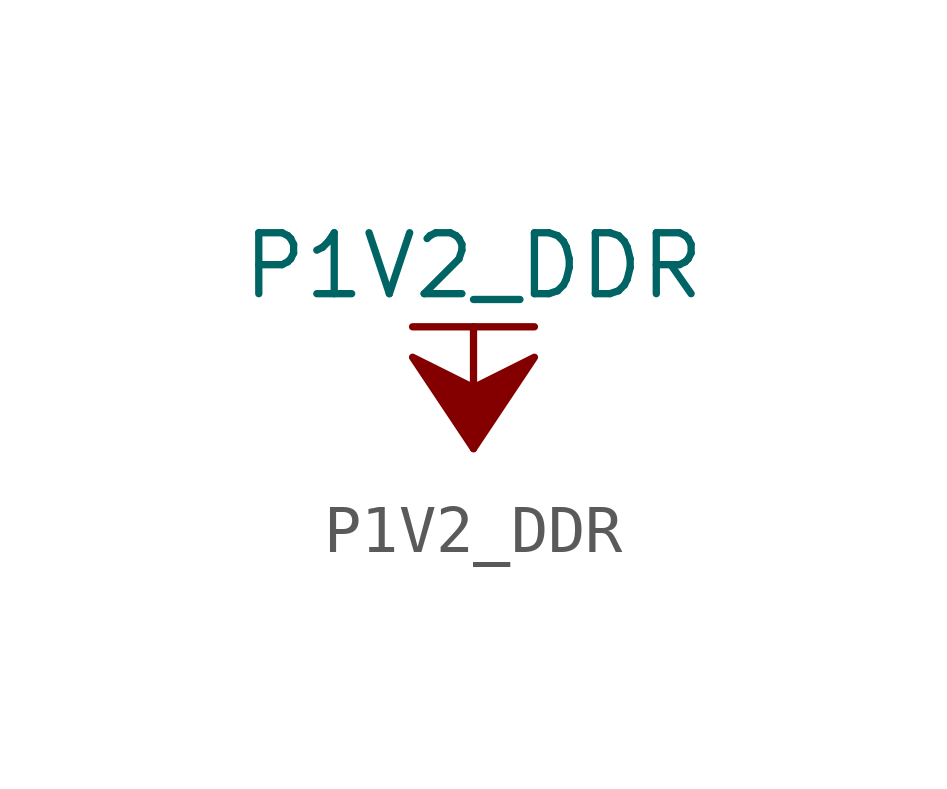
<source format=kicad_sym>
(kicad_symbol_lib
  (version 20211014)
  (generator kicad_symbol_editor)
  (symbol "P1V2_DDR"
    (power)
    (pin_names
      (offset 0))
    (property "Reference" "#PWR"
      (at 0 -3.81 0)
      (effects (font (size 1.27 1.27)) hide))
    (property "Value" "P1V2_DDR"
      (at 0 3.81 0)
      (effects (font (size 1.27 1.27))))
    (symbol "P1V2_DDR_0_1"
      (polyline (pts (xy -1.27 2.54) (xy 1.27 2.54)) (stroke (width 0.152) (type default) (color 0 0 0 0)) (fill (type none)))
      (polyline (pts (xy 0 0) (xy 0 2.54)) (stroke (width 0.152) (type default) (color 0 0 0 0)) (fill (type none)))
      (polyline (pts (xy 0 0) (xy 1.27 1.905) (xy 0 1.27) (xy -1.27 1.905) (xy 0 0)) (stroke (width 0.152) (type default) (color 0 0 0 0)) (fill (type outline))))
    (symbol "P1V2_DDR_1_1"
      (pin power_in line (at 0 0 90) (length 0) hide (name "P1V2_DDR" (effects (font (size 1.27 1.27)))) (number "1" (effects (font (size 1.27 1.27))))))))
</source>
